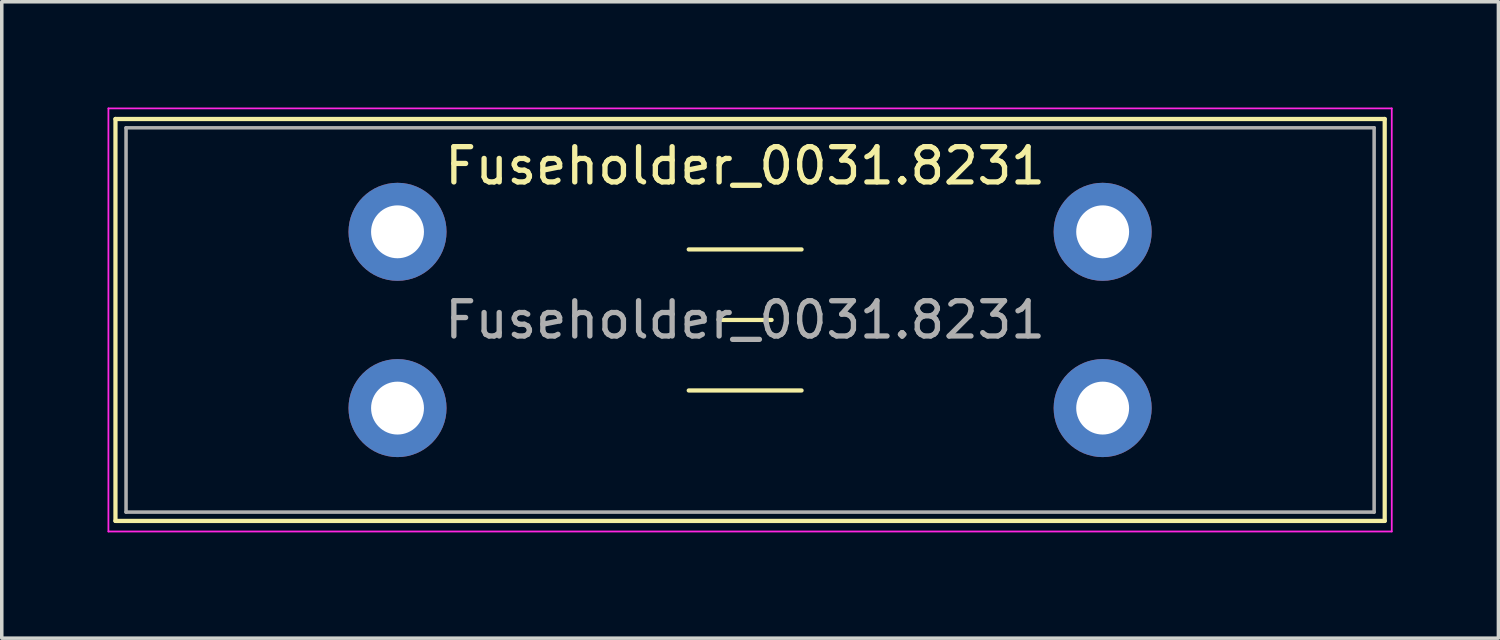
<source format=kicad_pcb>
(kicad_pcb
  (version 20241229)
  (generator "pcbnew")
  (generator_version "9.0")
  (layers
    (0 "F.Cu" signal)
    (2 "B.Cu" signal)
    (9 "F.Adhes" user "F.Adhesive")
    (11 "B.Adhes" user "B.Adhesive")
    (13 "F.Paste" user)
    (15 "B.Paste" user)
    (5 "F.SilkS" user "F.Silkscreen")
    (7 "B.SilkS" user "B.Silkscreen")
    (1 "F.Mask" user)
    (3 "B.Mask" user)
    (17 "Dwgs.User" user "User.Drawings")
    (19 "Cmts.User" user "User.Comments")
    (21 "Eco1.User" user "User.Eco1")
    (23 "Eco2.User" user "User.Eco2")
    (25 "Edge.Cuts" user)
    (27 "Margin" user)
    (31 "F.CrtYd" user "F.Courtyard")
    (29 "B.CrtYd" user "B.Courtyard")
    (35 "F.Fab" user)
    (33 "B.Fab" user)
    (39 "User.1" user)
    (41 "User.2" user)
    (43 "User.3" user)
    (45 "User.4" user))
  (footprint "Fuseholder_0031.8231"
    (layer "F.Cu")
    (at 8.225 3.525)
    (property "Reference" "Fuseholder_0031.8231" (at 9.86 -1.87 0) (layer "F.SilkS") (effects (font (size 1 1) (thickness 0.15))))
    (attr through_hole)
    (fp_line (start -8 -3.2) (end -8 8.2) (stroke (width 0.12) (type solid)) (layer "F.SilkS"))
    (fp_line (start -8 8.2) (end 28 8.2) (stroke (width 0.12) (type solid)) (layer "F.SilkS"))
    (fp_line (start 8.26 0.5) (end 11.46 0.5) (stroke (width 0.12) (type solid)) (layer "F.SilkS"))
    (fp_line (start 9.11 2.5) (end 10.61 2.5) (stroke (width 0.12) (type solid)) (layer "F.SilkS"))
    (fp_line (start 11.46 4.5) (end 8.26 4.5) (stroke (width 0.12) (type solid)) (layer "F.SilkS"))
    (fp_line (start 28 -3.2) (end -8 -3.2) (stroke (width 0.12) (type solid)) (layer "F.SilkS"))
    (fp_line (start 28 -3.2) (end 28 8.2) (stroke (width 0.12) (type solid)) (layer "F.SilkS"))
    (fp_line (start -8.2 -3.5) (end -8.2 8.5) (stroke (width 0.05) (type solid)) (layer "F.CrtYd"))
    (fp_line (start -8.2 -3.5) (end 28.2 -3.5) (stroke (width 0.05) (type solid)) (layer "F.CrtYd"))
    (fp_line (start -8.2 8.5) (end 28.2 8.5) (stroke (width 0.05) (type solid)) (layer "F.CrtYd"))
    (fp_line (start 28.2 -3.5) (end 28.2 8.5) (stroke (width 0.05) (type solid)) (layer "F.CrtYd"))
    (fp_line (start -7.7 -2.95) (end -7.7 7.95) (stroke (width 0.1) (type solid)) (layer "F.Fab"))
    (fp_line (start -7.7 7.95) (end 27.7 7.95) (stroke (width 0.1) (type solid)) (layer "F.Fab"))
    (fp_line (start 27.7 -2.95) (end -7.7 -2.95) (stroke (width 0.1) (type solid)) (layer "F.Fab"))
    (fp_line (start 27.7 7.95) (end 27.7 -2.95) (stroke (width 0.1) (type solid)) (layer "F.Fab"))
    (fp_text user "${REFERENCE}" (at 9.86 2.5 0) (layer "F.Fab") (effects (font (size 1 1) (thickness 0.15))))
    (pad "1" thru_hole circle (at 0 0) (size 2.78 2.78) (drill 1.5) (layers "*.Cu" "*.Mask"))
    (pad "1" thru_hole circle (at 0 5) (size 2.78 2.78) (drill 1.5) (layers "*.Cu" "*.Mask"))
    (pad "2" thru_hole circle (at 20 0) (size 2.78 2.78) (drill 1.5) (layers "*.Cu" "*.Mask"))
    (pad "2" thru_hole circle (at 20 5) (size 2.78 2.78) (drill 1.5) (layers "*.Cu" "*.Mask")))
  (gr_rect
    (start -3 -3)
    (end 39.45 15.05)
    (stroke (width 0.1) (type default))
    (fill no)
    (layer "Edge.Cuts")))
</source>
